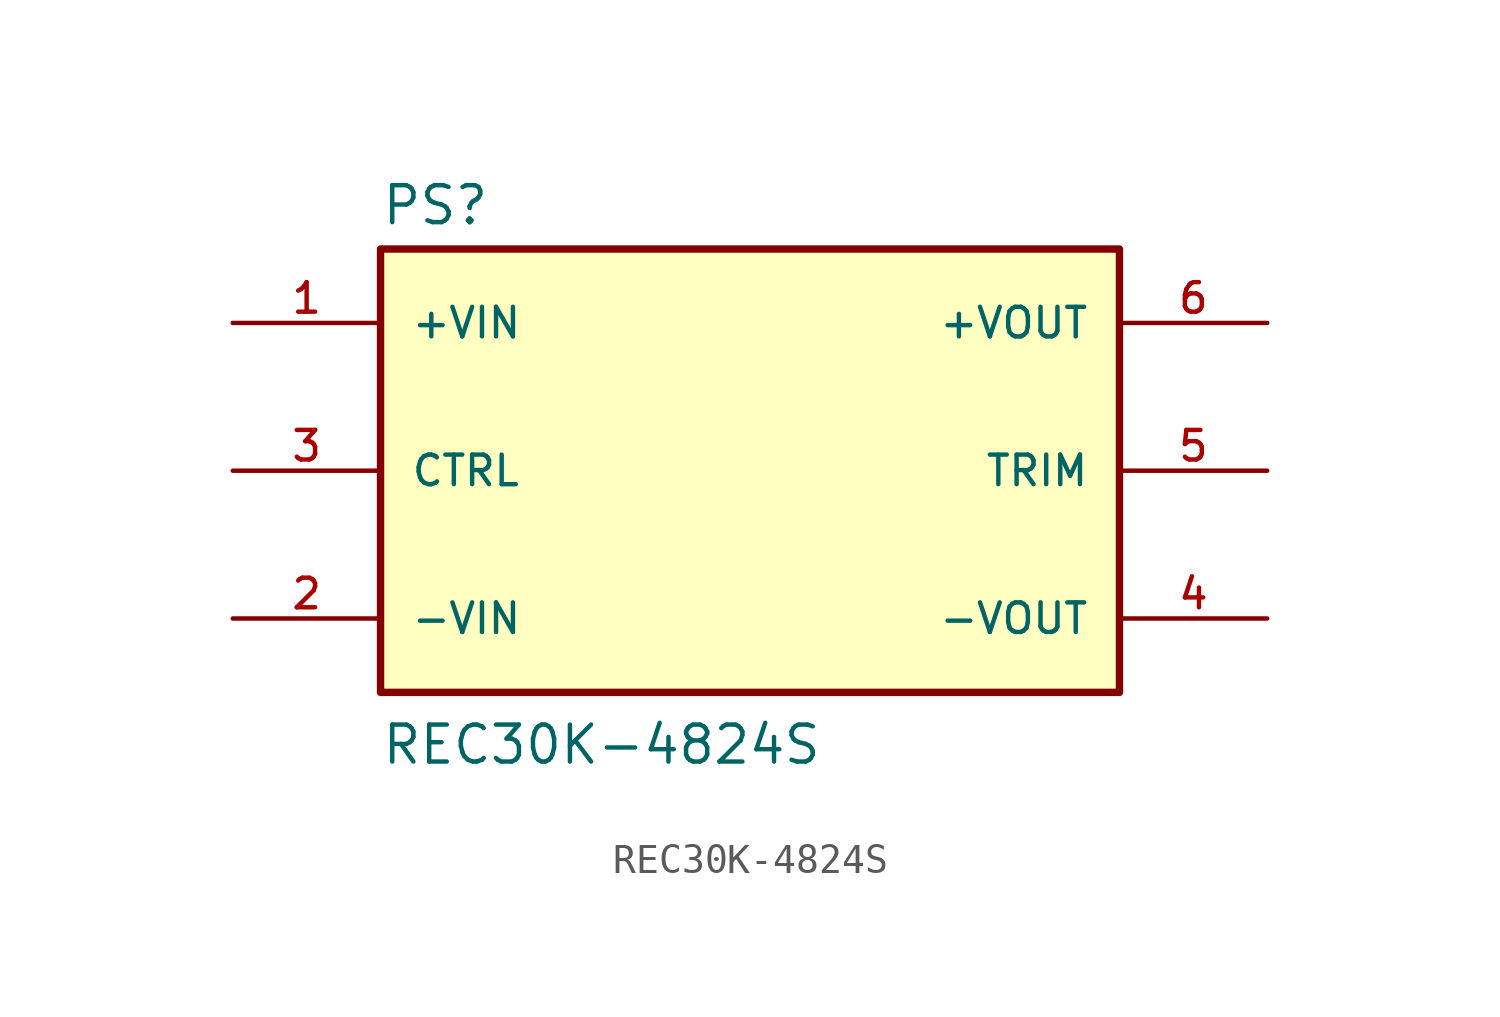
<source format=kicad_sym>
(kicad_symbol_lib
  (version 20241209)
  (generator "kicad_symbol_editor")
  (generator_version "9.0")
  (symbol "REC30K-4824S"
    (pin_names
      (offset 1.016))
    (property "Reference" "PS"
      (at -12.7 8.382 0)
      (effects (font (size 1.27 1.27)) (justify left bottom)))
    (property "Value" "REC30K-4824S"
      (at -12.7 -10.16 0)
      (effects (font (size 1.27 1.27)) (justify left bottom)))
    (symbol "REC30K-4824S_0_0"
      (rectangle (start -12.7 -7.62) (end 12.7 7.62) (stroke (width 0.254) (type default)) (fill (type background)))
      (pin input line (at -17.78 5.08 0) (length 5.08) (name "+VIN" (effects (font (size 1.016 1.016)))) (number "1" (effects (font (size 1.016 1.016)))))
      (pin input line (at -17.78 0 0) (length 5.08) (name "CTRL" (effects (font (size 1.016 1.016)))) (number "3" (effects (font (size 1.016 1.016)))))
      (pin input line (at -17.78 -5.08 0) (length 5.08) (name "-VIN" (effects (font (size 1.016 1.016)))) (number "2" (effects (font (size 1.016 1.016)))))
      (pin output line (at 17.78 5.08 180) (length 5.08) (name "+VOUT" (effects (font (size 1.016 1.016)))) (number "6" (effects (font (size 1.016 1.016)))))
      (pin passive line (at 17.78 0 180) (length 5.08) (name "TRIM" (effects (font (size 1.016 1.016)))) (number "5" (effects (font (size 1.016 1.016)))))
      (pin output line (at 17.78 -5.08 180) (length 5.08) (name "-VOUT" (effects (font (size 1.016 1.016)))) (number "4" (effects (font (size 1.016 1.016))))))))
</source>
